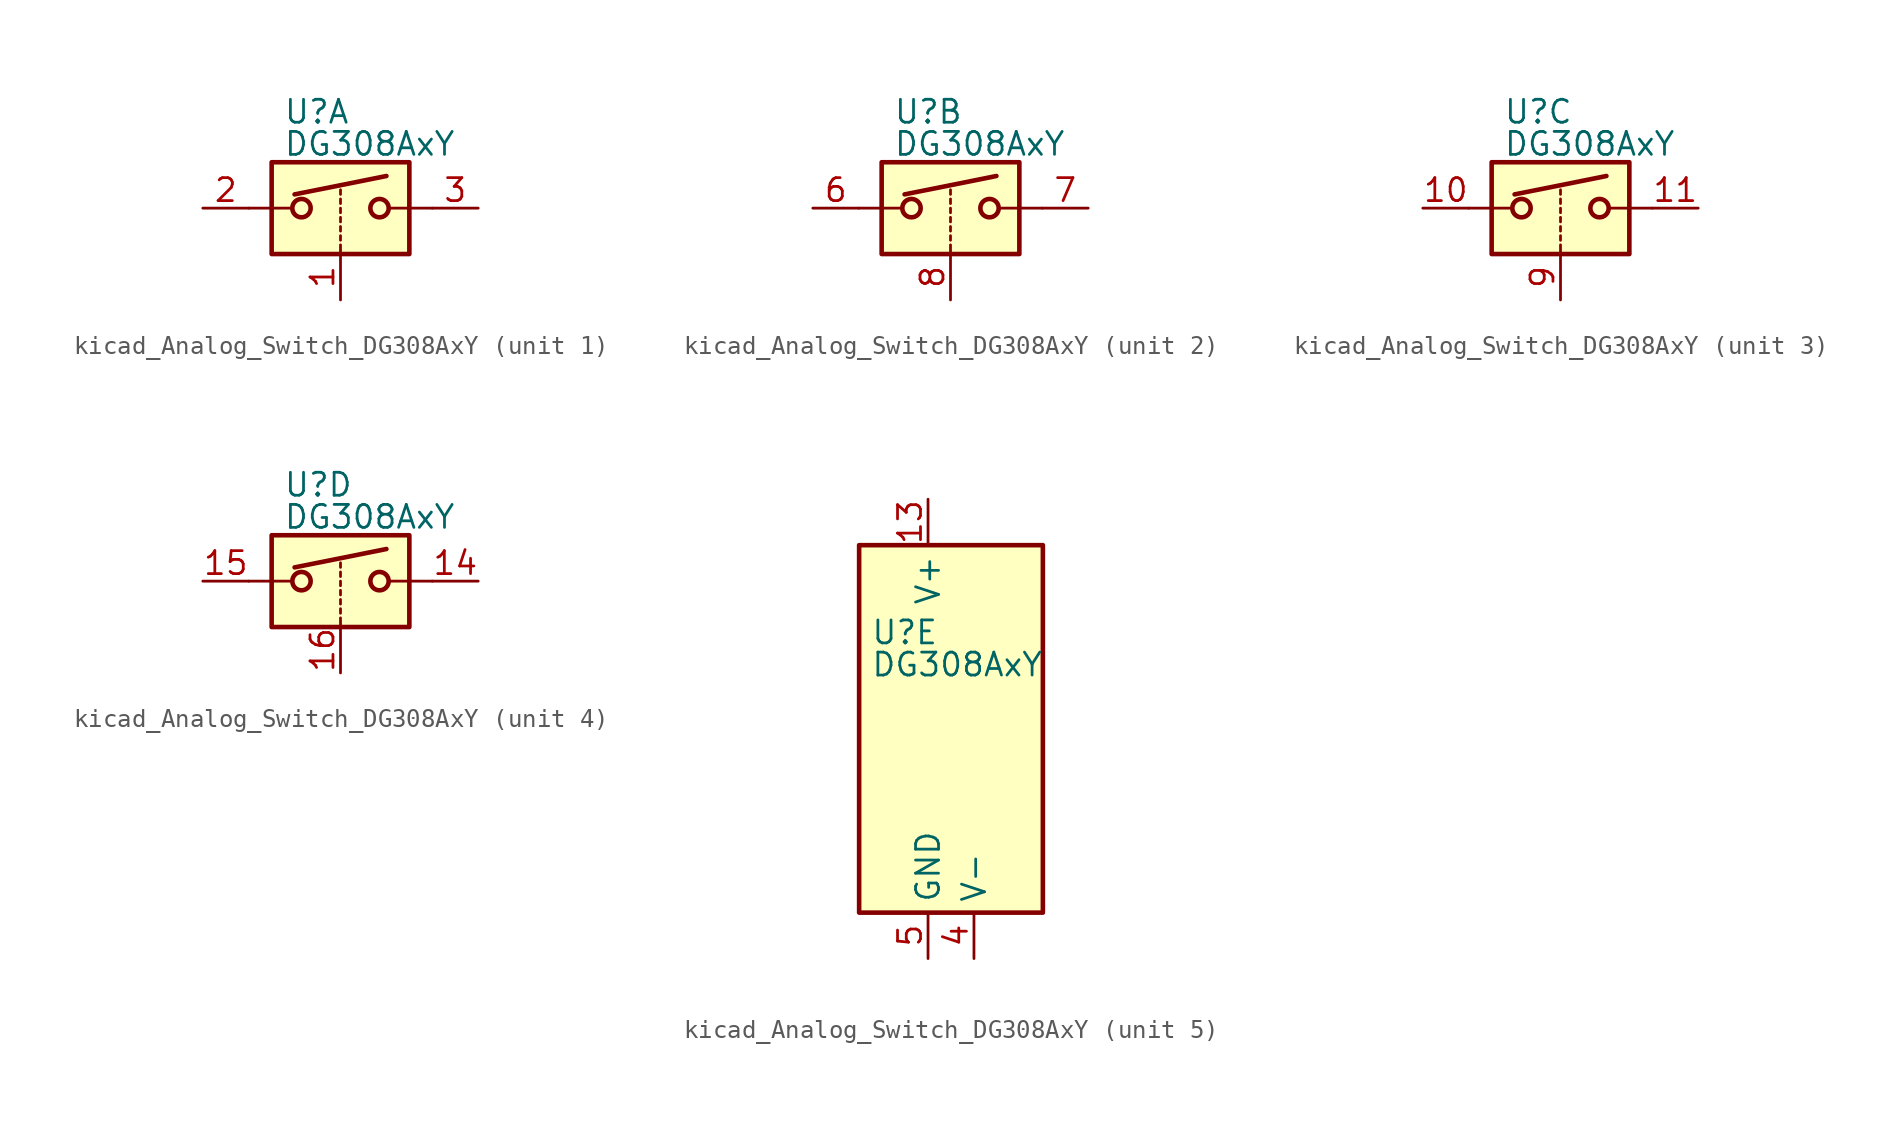
<source format=kicad_sym>
(kicad_symbol_lib
  (version 20220914)
  (generator kicad_symbol_editor)
  (symbol "kicad_Analog_Switch_DG308AxY"
    (property "Reference" "U"
      (at -3.175 5.334 0)
      (effects (font (size 1.27 1.27)) (justify left)))
    (property "Value" "DG308AxY"
      (at -3.175 3.556 0)
      (effects (font (size 1.27 1.27)) (justify left)))
    (symbol "kicad_Analog_Switch_DG308AxY_1_1"
      (rectangle (start -3.81 2.54) (end 3.81 -2.54) (stroke (width 0.254) (type default)) (fill (type background)))
      (circle (center -2.159 0) (radius 0.508) (stroke (width 0.254) (type default)) (fill (type none)))
      (polyline (pts (xy -5.08 0) (xy -2.794 0)) (stroke (width 0) (type default)) (fill (type none)))
      (polyline (pts (xy -2.54 0.762) (xy 2.54 1.778)) (stroke (width 0.254) (type default)) (fill (type none)))
      (polyline (pts (xy 0 -2.54) (xy 0 -2.032)) (stroke (width 0) (type default)) (fill (type none)))
      (polyline (pts (xy 0 -1.778) (xy 0 -1.524)) (stroke (width 0) (type default)) (fill (type none)))
      (polyline (pts (xy 0 -1.27) (xy 0 -1.016)) (stroke (width 0) (type default)) (fill (type none)))
      (polyline (pts (xy 0 -0.762) (xy 0 -0.508)) (stroke (width 0) (type default)) (fill (type none)))
      (polyline (pts (xy 0 -0.254) (xy 0 0)) (stroke (width 0) (type default)) (fill (type none)))
      (polyline (pts (xy 0 0.254) (xy 0 0.508)) (stroke (width 0) (type default)) (fill (type none)))
      (polyline (pts (xy 0 0.762) (xy 0 1.016)) (stroke (width 0) (type default)) (fill (type none)))
      (polyline (pts (xy 5.08 0) (xy 2.794 0)) (stroke (width 0) (type default)) (fill (type none)))
      (circle (center 2.159 0) (radius 0.508) (stroke (width 0.254) (type default)) (fill (type none)))
      (pin input line (at 0 -5.08 90) (length 2.54) (name "~" (effects (font (size 1.27 1.27)))) (number "1" (effects (font (size 1.27 1.27)))))
      (pin passive line (at -7.62 0 0) (length 2.54) (name "~" (effects (font (size 1.27 1.27)))) (number "2" (effects (font (size 1.27 1.27)))))
      (pin passive line (at 7.62 0 180) (length 2.54) (name "~" (effects (font (size 1.27 1.27)))) (number "3" (effects (font (size 1.27 1.27))))))
    (symbol "kicad_Analog_Switch_DG308AxY_2_1"
      (rectangle (start -3.81 2.54) (end 3.81 -2.54) (stroke (width 0.254) (type default)) (fill (type background)))
      (circle (center -2.159 0) (radius 0.508) (stroke (width 0.254) (type default)) (fill (type none)))
      (polyline (pts (xy -5.08 0) (xy -2.794 0)) (stroke (width 0) (type default)) (fill (type none)))
      (polyline (pts (xy -2.54 0.762) (xy 2.54 1.778)) (stroke (width 0.254) (type default)) (fill (type none)))
      (polyline (pts (xy 0 -2.54) (xy 0 -2.032)) (stroke (width 0) (type default)) (fill (type none)))
      (polyline (pts (xy 0 -1.778) (xy 0 -1.524)) (stroke (width 0) (type default)) (fill (type none)))
      (polyline (pts (xy 0 -1.27) (xy 0 -1.016)) (stroke (width 0) (type default)) (fill (type none)))
      (polyline (pts (xy 0 -0.762) (xy 0 -0.508)) (stroke (width 0) (type default)) (fill (type none)))
      (polyline (pts (xy 0 -0.254) (xy 0 0)) (stroke (width 0) (type default)) (fill (type none)))
      (polyline (pts (xy 0 0.254) (xy 0 0.508)) (stroke (width 0) (type default)) (fill (type none)))
      (polyline (pts (xy 0 0.762) (xy 0 1.016)) (stroke (width 0) (type default)) (fill (type none)))
      (polyline (pts (xy 5.08 0) (xy 2.794 0)) (stroke (width 0) (type default)) (fill (type none)))
      (circle (center 2.159 0) (radius 0.508) (stroke (width 0.254) (type default)) (fill (type none)))
      (pin passive line (at -7.62 0 0) (length 2.54) (name "~" (effects (font (size 1.27 1.27)))) (number "6" (effects (font (size 1.27 1.27)))))
      (pin passive line (at 7.62 0 180) (length 2.54) (name "~" (effects (font (size 1.27 1.27)))) (number "7" (effects (font (size 1.27 1.27)))))
      (pin input line (at 0 -5.08 90) (length 2.54) (name "~" (effects (font (size 1.27 1.27)))) (number "8" (effects (font (size 1.27 1.27))))))
    (symbol "kicad_Analog_Switch_DG308AxY_3_1"
      (rectangle (start -3.81 2.54) (end 3.81 -2.54) (stroke (width 0.254) (type default)) (fill (type background)))
      (circle (center -2.159 0) (radius 0.508) (stroke (width 0.254) (type default)) (fill (type none)))
      (polyline (pts (xy -5.08 0) (xy -2.794 0)) (stroke (width 0) (type default)) (fill (type none)))
      (polyline (pts (xy -2.54 0.762) (xy 2.54 1.778)) (stroke (width 0.254) (type default)) (fill (type none)))
      (polyline (pts (xy 0 -2.54) (xy 0 -2.032)) (stroke (width 0) (type default)) (fill (type none)))
      (polyline (pts (xy 0 -1.778) (xy 0 -1.524)) (stroke (width 0) (type default)) (fill (type none)))
      (polyline (pts (xy 0 -1.27) (xy 0 -1.016)) (stroke (width 0) (type default)) (fill (type none)))
      (polyline (pts (xy 0 -0.762) (xy 0 -0.508)) (stroke (width 0) (type default)) (fill (type none)))
      (polyline (pts (xy 0 -0.254) (xy 0 0)) (stroke (width 0) (type default)) (fill (type none)))
      (polyline (pts (xy 0 0.254) (xy 0 0.508)) (stroke (width 0) (type default)) (fill (type none)))
      (polyline (pts (xy 0 0.762) (xy 0 1.016)) (stroke (width 0) (type default)) (fill (type none)))
      (polyline (pts (xy 5.08 0) (xy 2.794 0)) (stroke (width 0) (type default)) (fill (type none)))
      (circle (center 2.159 0) (radius 0.508) (stroke (width 0.254) (type default)) (fill (type none)))
      (pin passive line (at -7.62 0 0) (length 2.54) (name "~" (effects (font (size 1.27 1.27)))) (number "10" (effects (font (size 1.27 1.27)))))
      (pin passive line (at 7.62 0 180) (length 2.54) (name "~" (effects (font (size 1.27 1.27)))) (number "11" (effects (font (size 1.27 1.27)))))
      (pin input line (at 0 -5.08 90) (length 2.54) (name "~" (effects (font (size 1.27 1.27)))) (number "9" (effects (font (size 1.27 1.27))))))
    (symbol "kicad_Analog_Switch_DG308AxY_4_1"
      (rectangle (start -3.81 2.54) (end 3.81 -2.54) (stroke (width 0.254) (type default)) (fill (type background)))
      (circle (center -2.159 0) (radius 0.508) (stroke (width 0.254) (type default)) (fill (type none)))
      (polyline (pts (xy -5.08 0) (xy -2.794 0)) (stroke (width 0) (type default)) (fill (type none)))
      (polyline (pts (xy -2.54 0.762) (xy 2.54 1.778)) (stroke (width 0.254) (type default)) (fill (type none)))
      (polyline (pts (xy 0 -2.54) (xy 0 -2.032)) (stroke (width 0) (type default)) (fill (type none)))
      (polyline (pts (xy 0 -1.778) (xy 0 -1.524)) (stroke (width 0) (type default)) (fill (type none)))
      (polyline (pts (xy 0 -1.27) (xy 0 -1.016)) (stroke (width 0) (type default)) (fill (type none)))
      (polyline (pts (xy 0 -0.762) (xy 0 -0.508)) (stroke (width 0) (type default)) (fill (type none)))
      (polyline (pts (xy 0 -0.254) (xy 0 0)) (stroke (width 0) (type default)) (fill (type none)))
      (polyline (pts (xy 0 0.254) (xy 0 0.508)) (stroke (width 0) (type default)) (fill (type none)))
      (polyline (pts (xy 0 0.762) (xy 0 1.016)) (stroke (width 0) (type default)) (fill (type none)))
      (polyline (pts (xy 5.08 0) (xy 2.794 0)) (stroke (width 0) (type default)) (fill (type none)))
      (circle (center 2.159 0) (radius 0.508) (stroke (width 0.254) (type default)) (fill (type none)))
      (pin passive line (at 7.62 0 180) (length 2.54) (name "~" (effects (font (size 1.27 1.27)))) (number "14" (effects (font (size 1.27 1.27)))))
      (pin passive line (at -7.62 0 0) (length 2.54) (name "~" (effects (font (size 1.27 1.27)))) (number "15" (effects (font (size 1.27 1.27)))))
      (pin input line (at 0 -5.08 90) (length 2.54) (name "~" (effects (font (size 1.27 1.27)))) (number "16" (effects (font (size 1.27 1.27))))))
    (symbol "kicad_Analog_Switch_DG308AxY_5_0"
      (pin no_connect line (at 2.54 10.16 270) (length 2.54) hide (name "NC" (effects (font (size 1.27 1.27)))) (number "12" (effects (font (size 1.27 1.27)))))
      (pin power_in line (at 0 12.7 270) (length 2.54) (name "V+" (effects (font (size 1.27 1.27)))) (number "13" (effects (font (size 1.27 1.27)))))
      (pin power_in line (at 2.54 -12.7 90) (length 2.54) (name "V-" (effects (font (size 1.27 1.27)))) (number "4" (effects (font (size 1.27 1.27)))))
      (pin power_in line (at 0 -12.7 90) (length 2.54) (name "GND" (effects (font (size 1.27 1.27)))) (number "5" (effects (font (size 1.27 1.27))))))
    (symbol "kicad_Analog_Switch_DG308AxY_5_1"
      (rectangle (start -3.81 10.16) (end 6.35 -10.16) (stroke (width 0.254) (type default)) (fill (type background))))))
</source>
